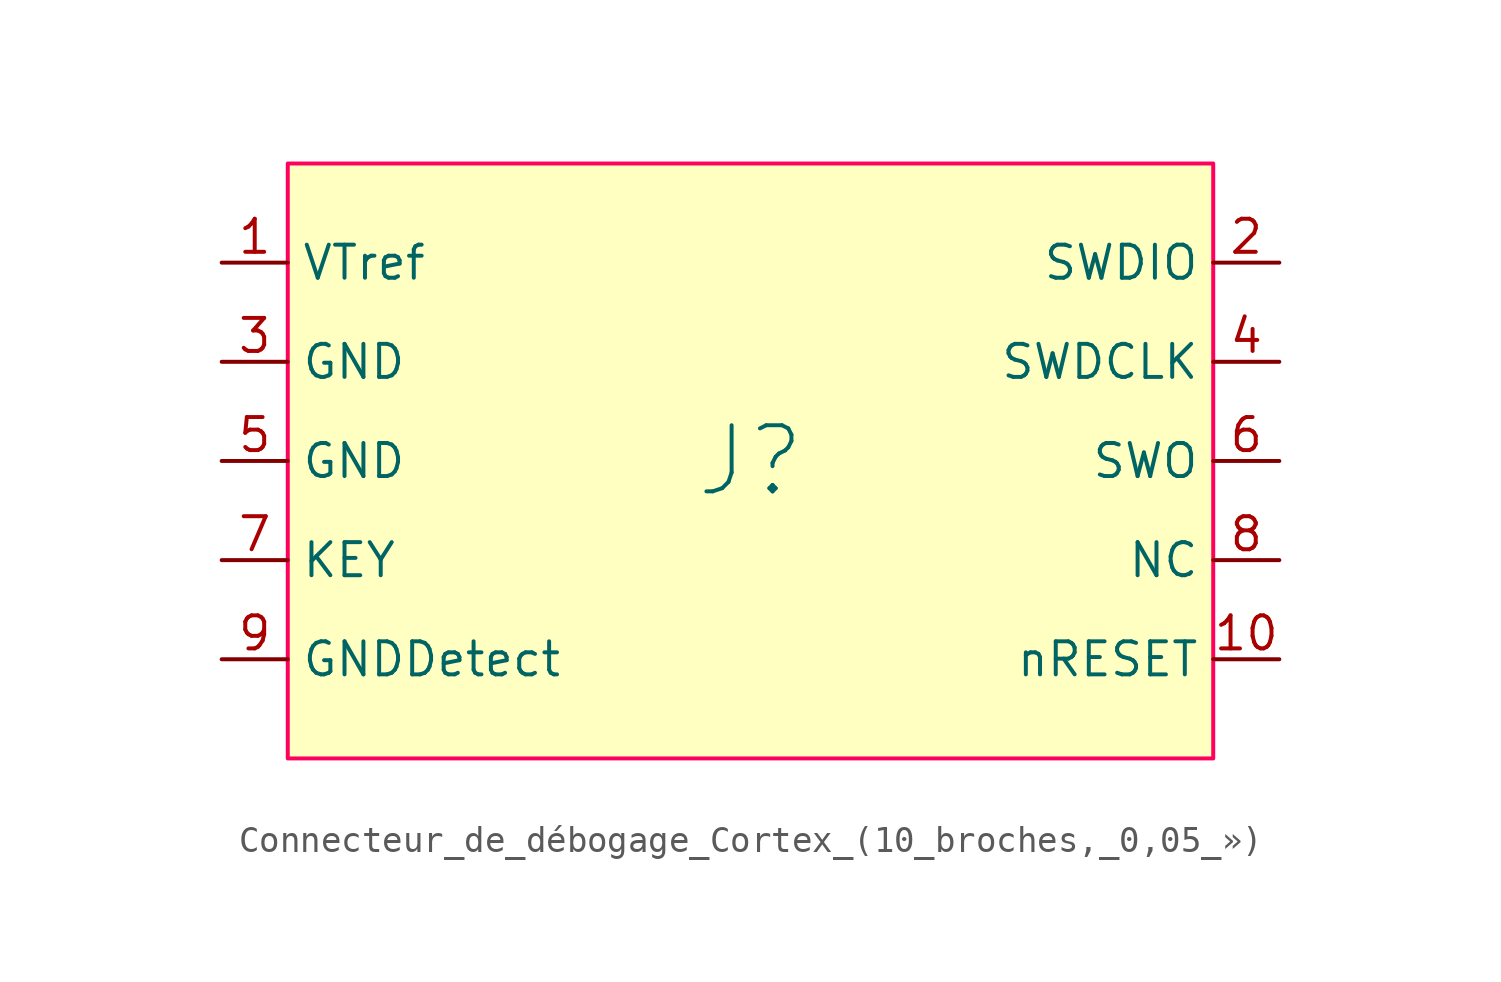
<source format=kicad_sym>
(kicad_symbol_lib
  (version 20220914)
  (generator kicad_symbol_editor)
  (symbol "Connecteur_de_débogage_Cortex_(10_broches,_0,05_»)"
    (property "Reference" "J"
      (at 0 0 0)
      (effects (font (size 2.54 2.54))))
    (property "Value" ""
      (at 0 -7.62 0)
      (effects (font (size 1.27 1.27))))
    (symbol "Connecteur_de_débogage_Cortex_(10_broches,_0,05_»)_1_1"
      (rectangle (start -17.78 11.43) (end 17.78 -11.43) (stroke (width 0) (type default) (color 255 0 95 1)) (fill (type background)))
      (pin input line (at -20.32 7.62 0) (length 2.54) (name "VTref" (effects (font (size 1.27 1.27)))) (number "1" (effects (font (size 1.27 1.27)))))
      (pin input line (at 20.32 -7.62 180) (length 2.54) (name "nRESET" (effects (font (size 1.27 1.27)))) (number "10" (effects (font (size 1.27 1.27)))))
      (pin input line (at 20.32 7.62 180) (length 2.54) (name "SWDIO" (effects (font (size 1.27 1.27)))) (number "2" (effects (font (size 1.27 1.27)))))
      (pin input line (at -20.32 3.81 0) (length 2.54) (name "GND" (effects (font (size 1.27 1.27)))) (number "3" (effects (font (size 1.27 1.27)))))
      (pin input line (at 20.32 3.81 180) (length 2.54) (name "SWDCLK" (effects (font (size 1.27 1.27)))) (number "4" (effects (font (size 1.27 1.27)))))
      (pin input line (at -20.32 0 0) (length 2.54) (name "GND" (effects (font (size 1.27 1.27)))) (number "5" (effects (font (size 1.27 1.27)))))
      (pin input line (at 20.32 0 180) (length 2.54) (name "SWO" (effects (font (size 1.27 1.27)))) (number "6" (effects (font (size 1.27 1.27)))))
      (pin input line (at -20.32 -3.81 0) (length 2.54) (name "KEY" (effects (font (size 1.27 1.27)))) (number "7" (effects (font (size 1.27 1.27)))))
      (pin input line (at 20.32 -3.81 180) (length 2.54) (name "NC" (effects (font (size 1.27 1.27)))) (number "8" (effects (font (size 1.27 1.27)))))
      (pin input line (at -20.32 -7.62 0) (length 2.54) (name "GNDDetect" (effects (font (size 1.27 1.27)))) (number "9" (effects (font (size 1.27 1.27))))))))
</source>
